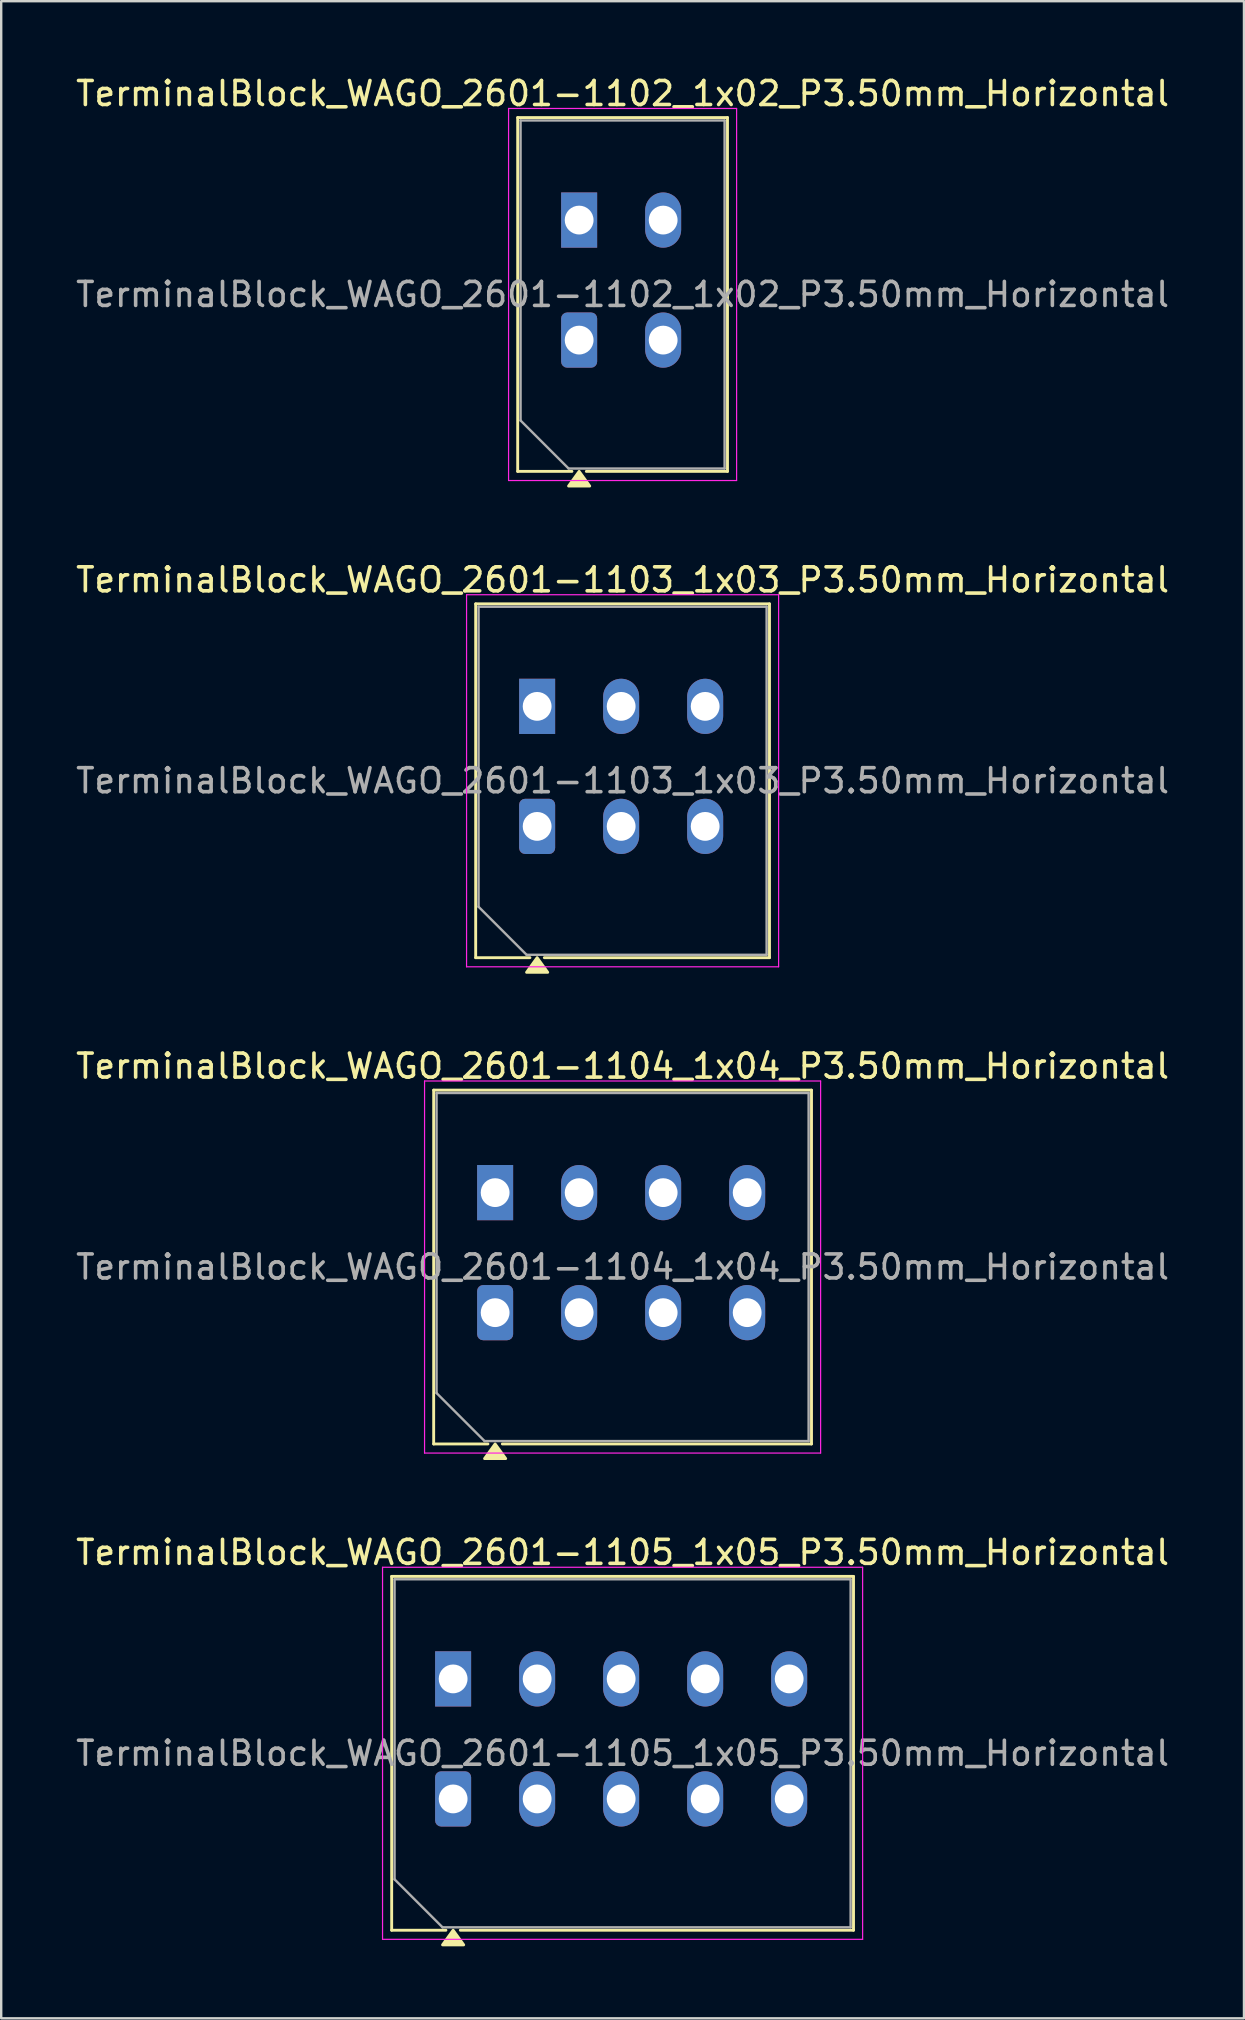
<source format=kicad_pcb>
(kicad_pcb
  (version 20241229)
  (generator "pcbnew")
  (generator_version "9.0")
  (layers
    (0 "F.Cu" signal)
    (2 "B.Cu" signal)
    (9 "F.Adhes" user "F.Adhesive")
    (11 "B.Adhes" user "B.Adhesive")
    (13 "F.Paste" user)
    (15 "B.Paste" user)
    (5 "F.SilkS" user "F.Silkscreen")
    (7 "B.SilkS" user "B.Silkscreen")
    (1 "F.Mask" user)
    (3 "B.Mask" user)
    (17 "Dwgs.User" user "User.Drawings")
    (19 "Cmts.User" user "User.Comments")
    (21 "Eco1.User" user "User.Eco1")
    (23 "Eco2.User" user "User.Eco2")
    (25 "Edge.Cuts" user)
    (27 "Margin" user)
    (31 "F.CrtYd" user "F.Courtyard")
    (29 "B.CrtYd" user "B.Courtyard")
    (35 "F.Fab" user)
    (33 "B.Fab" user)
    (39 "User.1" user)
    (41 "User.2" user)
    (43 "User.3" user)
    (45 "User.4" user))
  (footprint "TerminalBlock_WAGO_2601-1102_1x02_P3.50mm_Horizontal"
    (layer "F.Cu")
    (at 21.077 11.118)
    (property "Reference" "TerminalBlock_WAGO_2601-1102_1x02_P3.50mm_Horizontal" (at 1.81 -10.27 0) (layer "F.SilkS") (effects (font (size 1 1) (thickness 0.15))))
    (attr through_hole)
    (fp_line (start -2.56 -9.27) (end 6.18 -9.27) (stroke (width 0.12) (type solid)) (layer "F.SilkS"))
    (fp_line (start -2.56 5.47) (end -2.56 -9.27) (stroke (width 0.12) (type solid)) (layer "F.SilkS"))
    (fp_line (start -0.3 5.47) (end -2.56 5.47) (stroke (width 0.12) (type solid)) (layer "F.SilkS"))
    (fp_line (start 6.18 -9.27) (end 6.18 5.47) (stroke (width 0.12) (type solid)) (layer "F.SilkS"))
    (fp_line (start 6.18 5.47) (end 0.3 5.47) (stroke (width 0.12) (type solid)) (layer "F.SilkS"))
    (fp_poly (pts (xy 0 5.47) (xy 0.44 6.08) (xy -0.44 6.08)) (stroke (width 0.12) (type solid)) (fill yes) (layer "F.SilkS"))
    (fp_line (start -2.94 -9.65) (end -2.94 5.85) (stroke (width 0.05) (type solid)) (layer "F.CrtYd"))
    (fp_line (start -2.94 5.85) (end 6.56 5.85) (stroke (width 0.05) (type solid)) (layer "F.CrtYd"))
    (fp_line (start 6.56 -9.65) (end -2.94 -9.65) (stroke (width 0.05) (type solid)) (layer "F.CrtYd"))
    (fp_line (start 6.56 5.85) (end 6.56 -9.65) (stroke (width 0.05) (type solid)) (layer "F.CrtYd"))
    (fp_line (start -2.44 -9.15) (end 6.06 -9.15) (stroke (width 0.1) (type solid)) (layer "F.Fab"))
    (fp_line (start -2.44 3.35) (end -2.44 -9.15) (stroke (width 0.1) (type solid)) (layer "F.Fab"))
    (fp_line (start -0.44 5.35) (end -2.44 3.35) (stroke (width 0.1) (type solid)) (layer "F.Fab"))
    (fp_line (start 6.06 -9.15) (end 6.06 5.35) (stroke (width 0.1) (type solid)) (layer "F.Fab"))
    (fp_line (start 6.06 5.35) (end -0.44 5.35) (stroke (width 0.1) (type solid)) (layer "F.Fab"))
    (fp_text user "${REFERENCE}" (at 1.81 -1.9 0) (layer "F.Fab") (effects (font (size 1 1) (thickness 0.15))))
    (pad "1" thru_hole rect (at 0 -5) (size 1.5 2.3) (drill 1.2) (layers "*.Cu" "*.Mask"))
    (pad "1" thru_hole roundrect (at 0 0) (size 1.5 2.3) (drill 1.2) (layers "*.Cu" "*.Mask") (roundrect_rratio 0.167))
    (pad "2" thru_hole oval (at 3.5 -5) (size 1.5 2.3) (drill 1.2) (layers "*.Cu" "*.Mask"))
    (pad "2" thru_hole oval (at 3.5 0) (size 1.5 2.3) (drill 1.2) (layers "*.Cu" "*.Mask")))
  (footprint "TerminalBlock_WAGO_2601-1103_1x03_P3.50mm_Horizontal"
    (layer "F.Cu")
    (at 19.327 31.377)
    (property "Reference" "TerminalBlock_WAGO_2601-1103_1x03_P3.50mm_Horizontal" (at 3.56 -10.27 0) (layer "F.SilkS") (effects (font (size 1 1) (thickness 0.15))))
    (attr through_hole)
    (fp_line (start -2.56 -9.27) (end 9.68 -9.27) (stroke (width 0.12) (type solid)) (layer "F.SilkS"))
    (fp_line (start -2.56 5.47) (end -2.56 -9.27) (stroke (width 0.12) (type solid)) (layer "F.SilkS"))
    (fp_line (start -0.3 5.47) (end -2.56 5.47) (stroke (width 0.12) (type solid)) (layer "F.SilkS"))
    (fp_line (start 9.68 -9.27) (end 9.68 5.47) (stroke (width 0.12) (type solid)) (layer "F.SilkS"))
    (fp_line (start 9.68 5.47) (end 0.3 5.47) (stroke (width 0.12) (type solid)) (layer "F.SilkS"))
    (fp_poly (pts (xy 0 5.47) (xy 0.44 6.08) (xy -0.44 6.08)) (stroke (width 0.12) (type solid)) (fill yes) (layer "F.SilkS"))
    (fp_line (start -2.94 -9.65) (end -2.94 5.85) (stroke (width 0.05) (type solid)) (layer "F.CrtYd"))
    (fp_line (start -2.94 5.85) (end 10.06 5.85) (stroke (width 0.05) (type solid)) (layer "F.CrtYd"))
    (fp_line (start 10.06 -9.65) (end -2.94 -9.65) (stroke (width 0.05) (type solid)) (layer "F.CrtYd"))
    (fp_line (start 10.06 5.85) (end 10.06 -9.65) (stroke (width 0.05) (type solid)) (layer "F.CrtYd"))
    (fp_line (start -2.44 -9.15) (end 9.56 -9.15) (stroke (width 0.1) (type solid)) (layer "F.Fab"))
    (fp_line (start -2.44 3.35) (end -2.44 -9.15) (stroke (width 0.1) (type solid)) (layer "F.Fab"))
    (fp_line (start -0.44 5.35) (end -2.44 3.35) (stroke (width 0.1) (type solid)) (layer "F.Fab"))
    (fp_line (start 9.56 -9.15) (end 9.56 5.35) (stroke (width 0.1) (type solid)) (layer "F.Fab"))
    (fp_line (start 9.56 5.35) (end -0.44 5.35) (stroke (width 0.1) (type solid)) (layer "F.Fab"))
    (fp_text user "${REFERENCE}" (at 3.56 -1.9 0) (layer "F.Fab") (effects (font (size 1 1) (thickness 0.15))))
    (pad "1" thru_hole rect (at 0 -5) (size 1.5 2.3) (drill 1.2) (layers "*.Cu" "*.Mask"))
    (pad "1" thru_hole roundrect (at 0 0) (size 1.5 2.3) (drill 1.2) (layers "*.Cu" "*.Mask") (roundrect_rratio 0.167))
    (pad "2" thru_hole oval (at 3.5 -5) (size 1.5 2.3) (drill 1.2) (layers "*.Cu" "*.Mask"))
    (pad "2" thru_hole oval (at 3.5 0) (size 1.5 2.3) (drill 1.2) (layers "*.Cu" "*.Mask"))
    (pad "3" thru_hole oval (at 7 -5) (size 1.5 2.3) (drill 1.2) (layers "*.Cu" "*.Mask"))
    (pad "3" thru_hole oval (at 7 0) (size 1.5 2.3) (drill 1.2) (layers "*.Cu" "*.Mask")))
  (footprint "TerminalBlock_WAGO_2601-1104_1x04_P3.50mm_Horizontal"
    (layer "F.Cu")
    (at 17.577 51.635)
    (property "Reference" "TerminalBlock_WAGO_2601-1104_1x04_P3.50mm_Horizontal" (at 5.31 -10.27 0) (layer "F.SilkS") (effects (font (size 1 1) (thickness 0.15))))
    (attr through_hole)
    (fp_line (start -2.56 -9.27) (end 13.18 -9.27) (stroke (width 0.12) (type solid)) (layer "F.SilkS"))
    (fp_line (start -2.56 5.47) (end -2.56 -9.27) (stroke (width 0.12) (type solid)) (layer "F.SilkS"))
    (fp_line (start -0.3 5.47) (end -2.56 5.47) (stroke (width 0.12) (type solid)) (layer "F.SilkS"))
    (fp_line (start 13.18 -9.27) (end 13.18 5.47) (stroke (width 0.12) (type solid)) (layer "F.SilkS"))
    (fp_line (start 13.18 5.47) (end 0.3 5.47) (stroke (width 0.12) (type solid)) (layer "F.SilkS"))
    (fp_poly (pts (xy 0 5.47) (xy 0.44 6.08) (xy -0.44 6.08)) (stroke (width 0.12) (type solid)) (fill yes) (layer "F.SilkS"))
    (fp_line (start -2.94 -9.65) (end -2.94 5.85) (stroke (width 0.05) (type solid)) (layer "F.CrtYd"))
    (fp_line (start -2.94 5.85) (end 13.56 5.85) (stroke (width 0.05) (type solid)) (layer "F.CrtYd"))
    (fp_line (start 13.56 -9.65) (end -2.94 -9.65) (stroke (width 0.05) (type solid)) (layer "F.CrtYd"))
    (fp_line (start 13.56 5.85) (end 13.56 -9.65) (stroke (width 0.05) (type solid)) (layer "F.CrtYd"))
    (fp_line (start -2.44 -9.15) (end 13.06 -9.15) (stroke (width 0.1) (type solid)) (layer "F.Fab"))
    (fp_line (start -2.44 3.35) (end -2.44 -9.15) (stroke (width 0.1) (type solid)) (layer "F.Fab"))
    (fp_line (start -0.44 5.35) (end -2.44 3.35) (stroke (width 0.1) (type solid)) (layer "F.Fab"))
    (fp_line (start 13.06 -9.15) (end 13.06 5.35) (stroke (width 0.1) (type solid)) (layer "F.Fab"))
    (fp_line (start 13.06 5.35) (end -0.44 5.35) (stroke (width 0.1) (type solid)) (layer "F.Fab"))
    (fp_text user "${REFERENCE}" (at 5.31 -1.9 0) (layer "F.Fab") (effects (font (size 1 1) (thickness 0.15))))
    (pad "1" thru_hole rect (at 0 -5) (size 1.5 2.3) (drill 1.2) (layers "*.Cu" "*.Mask"))
    (pad "1" thru_hole roundrect (at 0 0) (size 1.5 2.3) (drill 1.2) (layers "*.Cu" "*.Mask") (roundrect_rratio 0.167))
    (pad "2" thru_hole oval (at 3.5 -5) (size 1.5 2.3) (drill 1.2) (layers "*.Cu" "*.Mask"))
    (pad "2" thru_hole oval (at 3.5 0) (size 1.5 2.3) (drill 1.2) (layers "*.Cu" "*.Mask"))
    (pad "3" thru_hole oval (at 7 -5) (size 1.5 2.3) (drill 1.2) (layers "*.Cu" "*.Mask"))
    (pad "3" thru_hole oval (at 7 0) (size 1.5 2.3) (drill 1.2) (layers "*.Cu" "*.Mask"))
    (pad "4" thru_hole oval (at 10.5 -5) (size 1.5 2.3) (drill 1.2) (layers "*.Cu" "*.Mask"))
    (pad "4" thru_hole oval (at 10.5 0) (size 1.5 2.3) (drill 1.2) (layers "*.Cu" "*.Mask")))
  (footprint "TerminalBlock_WAGO_2601-1105_1x05_P3.50mm_Horizontal"
    (layer "F.Cu")
    (at 15.827 71.893)
    (property "Reference" "TerminalBlock_WAGO_2601-1105_1x05_P3.50mm_Horizontal" (at 7.06 -10.27 0) (layer "F.SilkS") (effects (font (size 1 1) (thickness 0.15))))
    (attr through_hole)
    (fp_line (start -2.56 -9.27) (end 16.68 -9.27) (stroke (width 0.12) (type solid)) (layer "F.SilkS"))
    (fp_line (start -2.56 5.47) (end -2.56 -9.27) (stroke (width 0.12) (type solid)) (layer "F.SilkS"))
    (fp_line (start -0.3 5.47) (end -2.56 5.47) (stroke (width 0.12) (type solid)) (layer "F.SilkS"))
    (fp_line (start 16.68 -9.27) (end 16.68 5.47) (stroke (width 0.12) (type solid)) (layer "F.SilkS"))
    (fp_line (start 16.68 5.47) (end 0.3 5.47) (stroke (width 0.12) (type solid)) (layer "F.SilkS"))
    (fp_poly (pts (xy 0 5.47) (xy 0.44 6.08) (xy -0.44 6.08)) (stroke (width 0.12) (type solid)) (fill yes) (layer "F.SilkS"))
    (fp_line (start -2.94 -9.65) (end -2.94 5.85) (stroke (width 0.05) (type solid)) (layer "F.CrtYd"))
    (fp_line (start -2.94 5.85) (end 17.06 5.85) (stroke (width 0.05) (type solid)) (layer "F.CrtYd"))
    (fp_line (start 17.06 -9.65) (end -2.94 -9.65) (stroke (width 0.05) (type solid)) (layer "F.CrtYd"))
    (fp_line (start 17.06 5.85) (end 17.06 -9.65) (stroke (width 0.05) (type solid)) (layer "F.CrtYd"))
    (fp_line (start -2.44 -9.15) (end 16.56 -9.15) (stroke (width 0.1) (type solid)) (layer "F.Fab"))
    (fp_line (start -2.44 3.35) (end -2.44 -9.15) (stroke (width 0.1) (type solid)) (layer "F.Fab"))
    (fp_line (start -0.44 5.35) (end -2.44 3.35) (stroke (width 0.1) (type solid)) (layer "F.Fab"))
    (fp_line (start 16.56 -9.15) (end 16.56 5.35) (stroke (width 0.1) (type solid)) (layer "F.Fab"))
    (fp_line (start 16.56 5.35) (end -0.44 5.35) (stroke (width 0.1) (type solid)) (layer "F.Fab"))
    (fp_text user "${REFERENCE}" (at 7.06 -1.9 0) (layer "F.Fab") (effects (font (size 1 1) (thickness 0.15))))
    (pad "1" thru_hole rect (at 0 -5) (size 1.5 2.3) (drill 1.2) (layers "*.Cu" "*.Mask"))
    (pad "1" thru_hole roundrect (at 0 0) (size 1.5 2.3) (drill 1.2) (layers "*.Cu" "*.Mask") (roundrect_rratio 0.167))
    (pad "2" thru_hole oval (at 3.5 -5) (size 1.5 2.3) (drill 1.2) (layers "*.Cu" "*.Mask"))
    (pad "2" thru_hole oval (at 3.5 0) (size 1.5 2.3) (drill 1.2) (layers "*.Cu" "*.Mask"))
    (pad "3" thru_hole oval (at 7 -5) (size 1.5 2.3) (drill 1.2) (layers "*.Cu" "*.Mask"))
    (pad "3" thru_hole oval (at 7 0) (size 1.5 2.3) (drill 1.2) (layers "*.Cu" "*.Mask"))
    (pad "4" thru_hole oval (at 10.5 -5) (size 1.5 2.3) (drill 1.2) (layers "*.Cu" "*.Mask"))
    (pad "4" thru_hole oval (at 10.5 0) (size 1.5 2.3) (drill 1.2) (layers "*.Cu" "*.Mask"))
    (pad "5" thru_hole oval (at 14 -5) (size 1.5 2.3) (drill 1.2) (layers "*.Cu" "*.Mask"))
    (pad "5" thru_hole oval (at 14 0) (size 1.5 2.3) (drill 1.2) (layers "*.Cu" "*.Mask")))
  (gr_rect
    (start -3 -3)
    (end 48.774 81.033)
    (stroke (width 0.1) (type default))
    (fill no)
    (layer "Edge.Cuts")))
</source>
